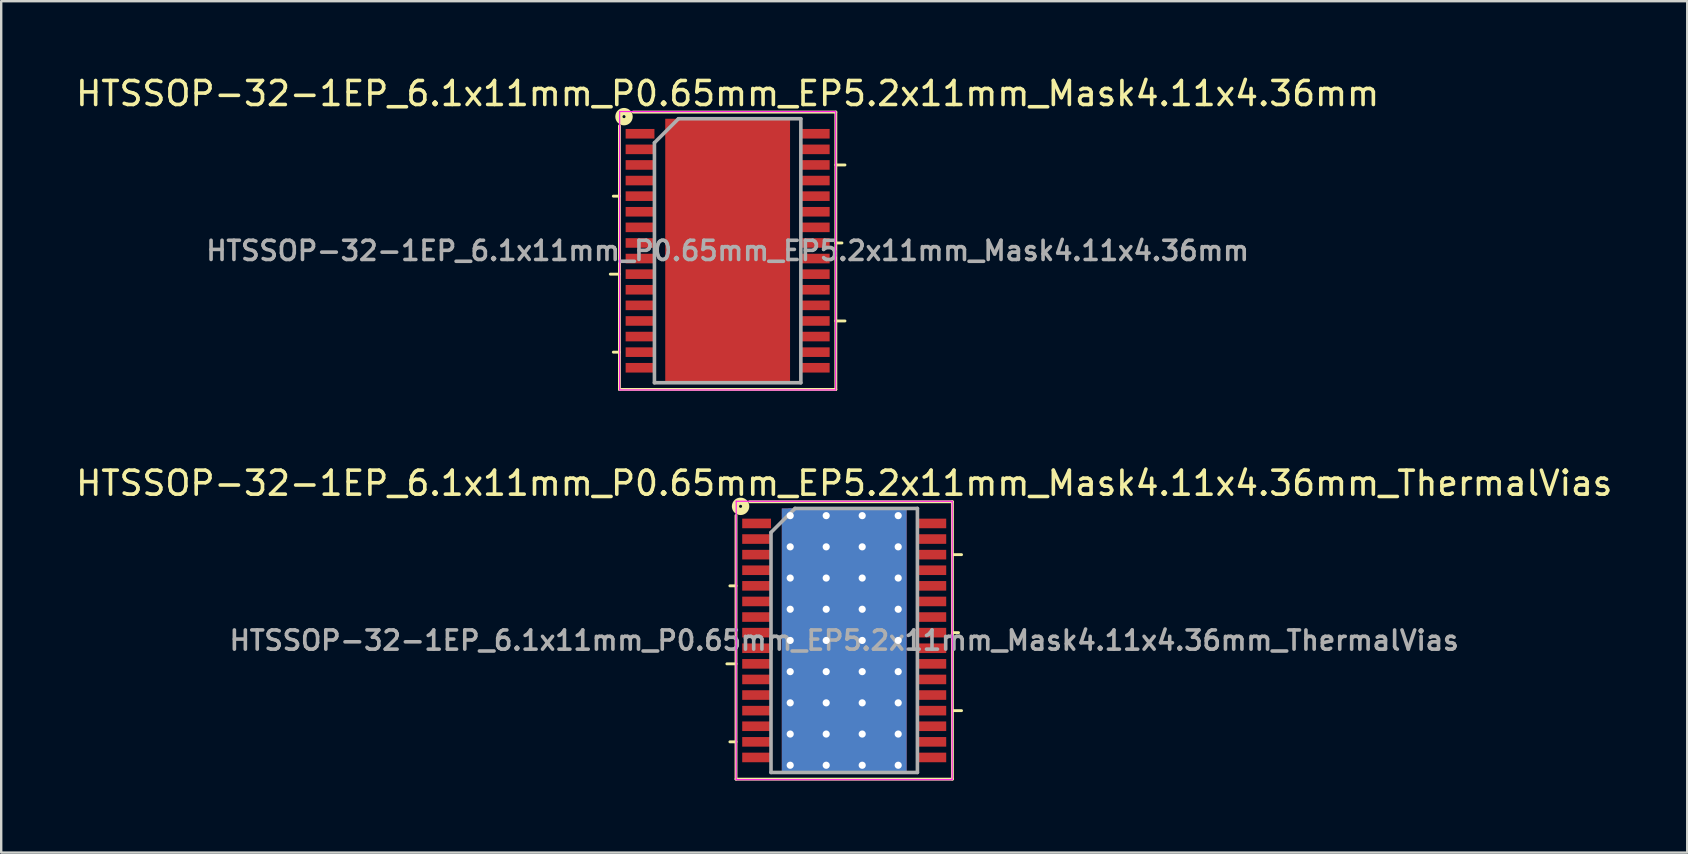
<source format=kicad_pcb>
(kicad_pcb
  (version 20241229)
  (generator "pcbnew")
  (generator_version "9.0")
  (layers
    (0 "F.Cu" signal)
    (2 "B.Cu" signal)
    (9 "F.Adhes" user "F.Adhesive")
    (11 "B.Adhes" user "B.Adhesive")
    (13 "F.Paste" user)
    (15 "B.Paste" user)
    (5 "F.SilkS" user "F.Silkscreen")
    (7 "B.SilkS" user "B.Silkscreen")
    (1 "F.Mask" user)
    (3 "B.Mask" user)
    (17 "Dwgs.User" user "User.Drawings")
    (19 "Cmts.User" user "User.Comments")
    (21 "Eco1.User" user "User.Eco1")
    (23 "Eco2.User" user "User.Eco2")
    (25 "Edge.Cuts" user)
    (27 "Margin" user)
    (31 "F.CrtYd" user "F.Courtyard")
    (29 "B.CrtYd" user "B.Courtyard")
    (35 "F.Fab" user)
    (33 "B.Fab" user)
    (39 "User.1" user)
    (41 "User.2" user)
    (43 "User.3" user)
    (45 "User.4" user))
  (footprint "HTSSOP-32-1EP_6.1x11mm_P0.65mm_EP5.2x11mm_Mask4.11x4.36mm_ThermalVias"
    (layer "F.Cu")
    (at 32.125 23.635)
    (property "Reference" "HTSSOP-32-1EP_6.1x11mm_P0.65mm_EP5.2x11mm_Mask4.11x4.36mm_ThermalVias" (at 0 -6.55 0) (layer "F.SilkS") (effects (font (size 1 1) (thickness 0.15))))
    (attr smd)
    (fp_line (start -4.508 -2.275) (end -4.763 -2.275) (stroke (width 0.12) (type solid)) (layer "F.SilkS"))
    (fp_line (start -4.508 0.975) (end -4.889 0.975) (stroke (width 0.12) (type solid)) (layer "F.SilkS"))
    (fp_line (start -4.508 4.225) (end -4.763 4.225) (stroke (width 0.12) (type solid)) (layer "F.SilkS"))
    (fp_line (start -4.508 5.779) (end -4.508 -5.207) (stroke (width 0.12) (type solid)) (layer "F.SilkS"))
    (fp_line (start -3.937 -5.779) (end 4.508 -5.779) (stroke (width 0.12) (type solid)) (layer "F.SilkS"))
    (fp_line (start 4.508 -5.779) (end 4.508 5.779) (stroke (width 0.12) (type solid)) (layer "F.SilkS"))
    (fp_line (start 4.508 -3.575) (end 4.889 -3.575) (stroke (width 0.12) (type solid)) (layer "F.SilkS"))
    (fp_line (start 4.508 -0.325) (end 4.763 -0.325) (stroke (width 0.12) (type solid)) (layer "F.SilkS"))
    (fp_line (start 4.508 2.925) (end 4.889 2.925) (stroke (width 0.12) (type solid)) (layer "F.SilkS"))
    (fp_line (start 4.508 5.779) (end -4.508 5.779) (stroke (width 0.12) (type solid)) (layer "F.SilkS"))
    (fp_circle (center -4.318 -5.588) (end -4.255 -5.588) (stroke (width 0.3) (type solid)) (fill no) (layer "F.SilkS"))
    (fp_line (start -4.5 -5.8) (end -4.5 5.8) (stroke (width 0.05) (type solid)) (layer "F.CrtYd"))
    (fp_line (start -4.5 5.8) (end 4.5 5.8) (stroke (width 0.05) (type solid)) (layer "F.CrtYd"))
    (fp_line (start 4.5 -5.8) (end -4.5 -5.8) (stroke (width 0.05) (type solid)) (layer "F.CrtYd"))
    (fp_line (start 4.5 5.8) (end 4.5 -5.8) (stroke (width 0.05) (type solid)) (layer "F.CrtYd"))
    (fp_line (start -3.05 -4.5) (end -2.05 -5.5) (stroke (width 0.15) (type solid)) (layer "F.Fab"))
    (fp_line (start -3.05 5.5) (end -3.05 -4.5) (stroke (width 0.15) (type solid)) (layer "F.Fab"))
    (fp_line (start -2.05 -5.5) (end 3.05 -5.5) (stroke (width 0.15) (type solid)) (layer "F.Fab"))
    (fp_line (start 3.05 -5.5) (end 3.05 5.5) (stroke (width 0.15) (type solid)) (layer "F.Fab"))
    (fp_line (start 3.05 5.5) (end -3.05 5.5) (stroke (width 0.15) (type solid)) (layer "F.Fab"))
    (fp_text user "${REFERENCE}" (at 0 0 0) (layer "F.Fab") (effects (font (size 0.8 0.8) (thickness 0.15))))
    (pad "" smd rect (at -1.365 -1.725) (size 0.93 0.55) (layers "F.Paste"))
    (pad "" smd rect (at -1.365 -0.65) (size 0.93 1) (layers "F.Paste"))
    (pad "" smd rect (at -1.365 0.65) (size 0.93 1) (layers "F.Paste"))
    (pad "" smd rect (at -1.365 1.725) (size 0.93 0.55) (layers "F.Paste"))
    (pad "" smd rect (at 0 -1.725) (size 1.2 0.55) (layers "F.Paste"))
    (pad "" smd rect (at 0 -0.65) (size 1.2 1) (layers "F.Paste"))
    (pad "" smd rect (at 0 0) (size 4.11 4.36) (layers "F.Mask"))
    (pad "" smd rect (at 0 0.65) (size 1.2 1) (layers "F.Paste"))
    (pad "" smd rect (at 0 1.725) (size 1.2 0.55) (layers "F.Paste"))
    (pad "" smd rect (at 1.365 -1.725) (size 0.93 0.55) (layers "F.Paste"))
    (pad "" smd rect (at 1.365 -0.65) (size 0.93 1) (layers "F.Paste"))
    (pad "" smd rect (at 1.365 0.65) (size 0.93 1) (layers "F.Paste"))
    (pad "" smd rect (at 1.365 1.725) (size 0.93 0.55) (layers "F.Paste"))
    (pad "1" smd rect (at -3.65 -4.875) (size 1.2 0.4) (layers "F.Cu" "F.Mask" "F.Paste"))
    (pad "2" smd rect (at -3.65 -4.225) (size 1.2 0.4) (layers "F.Cu" "F.Mask" "F.Paste"))
    (pad "3" smd rect (at -3.65 -3.575) (size 1.2 0.4) (layers "F.Cu" "F.Mask" "F.Paste"))
    (pad "4" smd rect (at -3.65 -2.925) (size 1.2 0.4) (layers "F.Cu" "F.Mask" "F.Paste"))
    (pad "5" smd rect (at -3.65 -2.275) (size 1.2 0.4) (layers "F.Cu" "F.Mask" "F.Paste"))
    (pad "6" smd rect (at -3.65 -1.625) (size 1.2 0.4) (layers "F.Cu" "F.Mask" "F.Paste"))
    (pad "7" smd rect (at -3.65 -0.975) (size 1.2 0.4) (layers "F.Cu" "F.Mask" "F.Paste"))
    (pad "8" smd rect (at -3.65 -0.325) (size 1.2 0.4) (layers "F.Cu" "F.Mask" "F.Paste"))
    (pad "9" smd rect (at -3.65 0.325) (size 1.2 0.4) (layers "F.Cu" "F.Mask" "F.Paste"))
    (pad "10" smd rect (at -3.65 0.975) (size 1.2 0.4) (layers "F.Cu" "F.Mask" "F.Paste"))
    (pad "11" smd rect (at -3.65 1.625) (size 1.2 0.4) (layers "F.Cu" "F.Mask" "F.Paste"))
    (pad "12" smd rect (at -3.65 2.275) (size 1.2 0.4) (layers "F.Cu" "F.Mask" "F.Paste"))
    (pad "13" smd rect (at -3.65 2.925) (size 1.2 0.4) (layers "F.Cu" "F.Mask" "F.Paste"))
    (pad "14" smd rect (at -3.65 3.575) (size 1.2 0.4) (layers "F.Cu" "F.Mask" "F.Paste"))
    (pad "15" smd rect (at -3.65 4.225) (size 1.2 0.4) (layers "F.Cu" "F.Mask" "F.Paste"))
    (pad "16" smd rect (at -3.65 4.875) (size 1.2 0.4) (layers "F.Cu" "F.Mask" "F.Paste"))
    (pad "17" smd rect (at 3.65 4.875) (size 1.2 0.4) (layers "F.Cu" "F.Mask" "F.Paste"))
    (pad "18" smd rect (at 3.65 4.225) (size 1.2 0.4) (layers "F.Cu" "F.Mask" "F.Paste"))
    (pad "19" smd rect (at 3.65 3.575) (size 1.2 0.4) (layers "F.Cu" "F.Mask" "F.Paste"))
    (pad "20" smd rect (at 3.65 2.925) (size 1.2 0.4) (layers "F.Cu" "F.Mask" "F.Paste"))
    (pad "21" smd rect (at 3.65 2.275) (size 1.2 0.4) (layers "F.Cu" "F.Mask" "F.Paste"))
    (pad "22" smd rect (at 3.65 1.625) (size 1.2 0.4) (layers "F.Cu" "F.Mask" "F.Paste"))
    (pad "23" smd rect (at 3.65 0.975) (size 1.2 0.4) (layers "F.Cu" "F.Mask" "F.Paste"))
    (pad "24" smd rect (at 3.65 0.325) (size 1.2 0.4) (layers "F.Cu" "F.Mask" "F.Paste"))
    (pad "25" smd rect (at 3.65 -0.325) (size 1.2 0.4) (layers "F.Cu" "F.Mask" "F.Paste"))
    (pad "26" smd rect (at 3.65 -0.975) (size 1.2 0.4) (layers "F.Cu" "F.Mask" "F.Paste"))
    (pad "27" smd rect (at 3.65 -1.625) (size 1.2 0.4) (layers "F.Cu" "F.Mask" "F.Paste"))
    (pad "28" smd rect (at 3.65 -2.275) (size 1.2 0.4) (layers "F.Cu" "F.Mask" "F.Paste"))
    (pad "29" smd rect (at 3.65 -2.925) (size 1.2 0.4) (layers "F.Cu" "F.Mask" "F.Paste"))
    (pad "30" smd rect (at 3.65 -3.575) (size 1.2 0.4) (layers "F.Cu" "F.Mask" "F.Paste"))
    (pad "31" smd rect (at 3.65 -4.225) (size 1.2 0.4) (layers "F.Cu" "F.Mask" "F.Paste"))
    (pad "32" smd rect (at 3.65 -4.875) (size 1.2 0.4) (layers "F.Cu" "F.Mask" "F.Paste"))
    (pad "33" thru_hole circle (at -2.25 -5.2) (size 0.6 0.6) (drill 0.3) (layers "*.Cu"))
    (pad "33" thru_hole circle (at -2.25 -3.9) (size 0.6 0.6) (drill 0.3) (layers "*.Cu"))
    (pad "33" thru_hole circle (at -2.25 -2.6) (size 0.6 0.6) (drill 0.3) (layers "*.Cu"))
    (pad "33" thru_hole circle (at -2.25 -1.3) (size 0.6 0.6) (drill 0.3) (layers "*.Cu"))
    (pad "33" thru_hole circle (at -2.25 0) (size 0.6 0.6) (drill 0.3) (layers "*.Cu"))
    (pad "33" thru_hole circle (at -2.25 1.3) (size 0.6 0.6) (drill 0.3) (layers "*.Cu"))
    (pad "33" thru_hole circle (at -2.25 2.6) (size 0.6 0.6) (drill 0.3) (layers "*.Cu"))
    (pad "33" thru_hole circle (at -2.25 3.9) (size 0.6 0.6) (drill 0.3) (layers "*.Cu"))
    (pad "33" thru_hole circle (at -2.25 5.2) (size 0.6 0.6) (drill 0.3) (layers "*.Cu"))
    (pad "33" thru_hole circle (at -0.75 -5.2) (size 0.6 0.6) (drill 0.3) (layers "*.Cu"))
    (pad "33" thru_hole circle (at -0.75 -3.9) (size 0.6 0.6) (drill 0.3) (layers "*.Cu"))
    (pad "33" thru_hole circle (at -0.75 -2.6) (size 0.6 0.6) (drill 0.3) (layers "*.Cu"))
    (pad "33" thru_hole circle (at -0.75 -1.3) (size 0.6 0.6) (drill 0.3) (layers "*.Cu"))
    (pad "33" thru_hole circle (at -0.75 0) (size 0.6 0.6) (drill 0.3) (layers "*.Cu"))
    (pad "33" thru_hole circle (at -0.75 1.3) (size 0.6 0.6) (drill 0.3) (layers "*.Cu"))
    (pad "33" thru_hole circle (at -0.75 2.6) (size 0.6 0.6) (drill 0.3) (layers "*.Cu"))
    (pad "33" thru_hole circle (at -0.75 3.9) (size 0.6 0.6) (drill 0.3) (layers "*.Cu"))
    (pad "33" thru_hole circle (at -0.75 5.2) (size 0.6 0.6) (drill 0.3) (layers "*.Cu"))
    (pad "33" smd rect (at 0 0) (size 5.2 11) (layers "F.Cu"))
    (pad "33" smd rect (at 0 0) (size 5.2 11) (layers "B.Cu" "B.Mask"))
    (pad "33" thru_hole circle (at 0.75 -5.2) (size 0.6 0.6) (drill 0.3) (layers "*.Cu"))
    (pad "33" thru_hole circle (at 0.75 -3.9) (size 0.6 0.6) (drill 0.3) (layers "*.Cu"))
    (pad "33" thru_hole circle (at 0.75 -2.6) (size 0.6 0.6) (drill 0.3) (layers "*.Cu"))
    (pad "33" thru_hole circle (at 0.75 -1.3) (size 0.6 0.6) (drill 0.3) (layers "*.Cu"))
    (pad "33" thru_hole circle (at 0.75 0) (size 0.6 0.6) (drill 0.3) (layers "*.Cu"))
    (pad "33" thru_hole circle (at 0.75 1.3) (size 0.6 0.6) (drill 0.3) (layers "*.Cu"))
    (pad "33" thru_hole circle (at 0.75 2.6) (size 0.6 0.6) (drill 0.3) (layers "*.Cu"))
    (pad "33" thru_hole circle (at 0.75 3.9) (size 0.6 0.6) (drill 0.3) (layers "*.Cu"))
    (pad "33" thru_hole circle (at 0.75 5.2) (size 0.6 0.6) (drill 0.3) (layers "*.Cu"))
    (pad "33" thru_hole circle (at 2.25 -5.2) (size 0.6 0.6) (drill 0.3) (layers "*.Cu"))
    (pad "33" thru_hole circle (at 2.25 -3.9) (size 0.6 0.6) (drill 0.3) (layers "*.Cu"))
    (pad "33" thru_hole circle (at 2.25 -2.6) (size 0.6 0.6) (drill 0.3) (layers "*.Cu"))
    (pad "33" thru_hole circle (at 2.25 -1.3) (size 0.6 0.6) (drill 0.3) (layers "*.Cu"))
    (pad "33" thru_hole circle (at 2.25 0) (size 0.6 0.6) (drill 0.3) (layers "*.Cu"))
    (pad "33" thru_hole circle (at 2.25 1.3) (size 0.6 0.6) (drill 0.3) (layers "*.Cu"))
    (pad "33" thru_hole circle (at 2.25 2.6) (size 0.6 0.6) (drill 0.3) (layers "*.Cu"))
    (pad "33" thru_hole circle (at 2.25 3.9) (size 0.6 0.6) (drill 0.3) (layers "*.Cu"))
    (pad "33" thru_hole circle (at 2.25 5.2) (size 0.6 0.6) (drill 0.3) (layers "*.Cu")))
  (footprint "HTSSOP-32-1EP_6.1x11mm_P0.65mm_EP5.2x11mm_Mask4.11x4.36mm"
    (layer "F.Cu")
    (at 27.268 7.398)
    (property "Reference" "HTSSOP-32-1EP_6.1x11mm_P0.65mm_EP5.2x11mm_Mask4.11x4.36mm" (at 0 -6.55 0) (layer "F.SilkS") (effects (font (size 1 1) (thickness 0.15))))
    (attr smd)
    (fp_line (start -4.508 -2.275) (end -4.763 -2.275) (stroke (width 0.12) (type solid)) (layer "F.SilkS"))
    (fp_line (start -4.508 0.975) (end -4.889 0.975) (stroke (width 0.12) (type solid)) (layer "F.SilkS"))
    (fp_line (start -4.508 4.225) (end -4.763 4.225) (stroke (width 0.12) (type solid)) (layer "F.SilkS"))
    (fp_line (start -4.508 5.779) (end -4.508 -5.207) (stroke (width 0.12) (type solid)) (layer "F.SilkS"))
    (fp_line (start -3.937 -5.779) (end 4.508 -5.779) (stroke (width 0.12) (type solid)) (layer "F.SilkS"))
    (fp_line (start 4.508 -5.779) (end 4.508 5.779) (stroke (width 0.12) (type solid)) (layer "F.SilkS"))
    (fp_line (start 4.508 -3.575) (end 4.889 -3.575) (stroke (width 0.12) (type solid)) (layer "F.SilkS"))
    (fp_line (start 4.508 -0.325) (end 4.763 -0.325) (stroke (width 0.12) (type solid)) (layer "F.SilkS"))
    (fp_line (start 4.508 2.925) (end 4.889 2.925) (stroke (width 0.12) (type solid)) (layer "F.SilkS"))
    (fp_line (start 4.508 5.779) (end -4.508 5.779) (stroke (width 0.12) (type solid)) (layer "F.SilkS"))
    (fp_circle (center -4.318 -5.588) (end -4.255 -5.588) (stroke (width 0.3) (type solid)) (fill no) (layer "F.SilkS"))
    (fp_line (start -4.5 -5.8) (end -4.5 5.8) (stroke (width 0.05) (type solid)) (layer "F.CrtYd"))
    (fp_line (start -4.5 5.8) (end 4.5 5.8) (stroke (width 0.05) (type solid)) (layer "F.CrtYd"))
    (fp_line (start 4.5 -5.8) (end -4.5 -5.8) (stroke (width 0.05) (type solid)) (layer "F.CrtYd"))
    (fp_line (start 4.5 5.8) (end 4.5 -5.8) (stroke (width 0.05) (type solid)) (layer "F.CrtYd"))
    (fp_line (start -3.05 -4.5) (end -2.05 -5.5) (stroke (width 0.15) (type solid)) (layer "F.Fab"))
    (fp_line (start -3.05 5.5) (end -3.05 -4.5) (stroke (width 0.15) (type solid)) (layer "F.Fab"))
    (fp_line (start -2.05 -5.5) (end 3.05 -5.5) (stroke (width 0.15) (type solid)) (layer "F.Fab"))
    (fp_line (start 3.05 -5.5) (end 3.05 5.5) (stroke (width 0.15) (type solid)) (layer "F.Fab"))
    (fp_line (start 3.05 5.5) (end -3.05 5.5) (stroke (width 0.15) (type solid)) (layer "F.Fab"))
    (fp_text user "${REFERENCE}" (at 0 0 0) (layer "F.Fab") (effects (font (size 0.8 0.8) (thickness 0.15))))
    (pad "" smd rect (at -1.37 -1.46) (size 1.07 1.16) (layers "F.Paste"))
    (pad "" smd rect (at -1.37 0) (size 1.07 1.16) (layers "F.Paste"))
    (pad "" smd rect (at -1.37 1.46) (size 1.07 1.16) (layers "F.Paste"))
    (pad "" smd rect (at 0 -1.46) (size 1.07 1.16) (layers "F.Paste"))
    (pad "" smd rect (at 0 0) (size 1.07 1.16) (layers "F.Paste"))
    (pad "" smd rect (at 0 0) (size 4.11 4.36) (layers "F.Mask"))
    (pad "" smd rect (at 0 1.46) (size 1.07 1.16) (layers "F.Paste"))
    (pad "" smd rect (at 1.37 -1.46) (size 1.07 1.16) (layers "F.Paste"))
    (pad "" smd rect (at 1.37 0) (size 1.07 1.16) (layers "F.Paste"))
    (pad "" smd rect (at 1.37 1.46) (size 1.07 1.16) (layers "F.Paste"))
    (pad "1" smd rect (at -3.65 -4.875) (size 1.2 0.4) (layers "F.Cu" "F.Mask" "F.Paste"))
    (pad "2" smd rect (at -3.65 -4.225) (size 1.2 0.4) (layers "F.Cu" "F.Mask" "F.Paste"))
    (pad "3" smd rect (at -3.65 -3.575) (size 1.2 0.4) (layers "F.Cu" "F.Mask" "F.Paste"))
    (pad "4" smd rect (at -3.65 -2.925) (size 1.2 0.4) (layers "F.Cu" "F.Mask" "F.Paste"))
    (pad "5" smd rect (at -3.65 -2.275) (size 1.2 0.4) (layers "F.Cu" "F.Mask" "F.Paste"))
    (pad "6" smd rect (at -3.65 -1.625) (size 1.2 0.4) (layers "F.Cu" "F.Mask" "F.Paste"))
    (pad "7" smd rect (at -3.65 -0.975) (size 1.2 0.4) (layers "F.Cu" "F.Mask" "F.Paste"))
    (pad "8" smd rect (at -3.65 -0.325) (size 1.2 0.4) (layers "F.Cu" "F.Mask" "F.Paste"))
    (pad "9" smd rect (at -3.65 0.325) (size 1.2 0.4) (layers "F.Cu" "F.Mask" "F.Paste"))
    (pad "10" smd rect (at -3.65 0.975) (size 1.2 0.4) (layers "F.Cu" "F.Mask" "F.Paste"))
    (pad "11" smd rect (at -3.65 1.625) (size 1.2 0.4) (layers "F.Cu" "F.Mask" "F.Paste"))
    (pad "12" smd rect (at -3.65 2.275) (size 1.2 0.4) (layers "F.Cu" "F.Mask" "F.Paste"))
    (pad "13" smd rect (at -3.65 2.925) (size 1.2 0.4) (layers "F.Cu" "F.Mask" "F.Paste"))
    (pad "14" smd rect (at -3.65 3.575) (size 1.2 0.4) (layers "F.Cu" "F.Mask" "F.Paste"))
    (pad "15" smd rect (at -3.65 4.225) (size 1.2 0.4) (layers "F.Cu" "F.Mask" "F.Paste"))
    (pad "16" smd rect (at -3.65 4.875) (size 1.2 0.4) (layers "F.Cu" "F.Mask" "F.Paste"))
    (pad "17" smd rect (at 3.65 4.875) (size 1.2 0.4) (layers "F.Cu" "F.Mask" "F.Paste"))
    (pad "18" smd rect (at 3.65 4.225) (size 1.2 0.4) (layers "F.Cu" "F.Mask" "F.Paste"))
    (pad "19" smd rect (at 3.65 3.575) (size 1.2 0.4) (layers "F.Cu" "F.Mask" "F.Paste"))
    (pad "20" smd rect (at 3.65 2.925) (size 1.2 0.4) (layers "F.Cu" "F.Mask" "F.Paste"))
    (pad "21" smd rect (at 3.65 2.275) (size 1.2 0.4) (layers "F.Cu" "F.Mask" "F.Paste"))
    (pad "22" smd rect (at 3.65 1.625) (size 1.2 0.4) (layers "F.Cu" "F.Mask" "F.Paste"))
    (pad "23" smd rect (at 3.65 0.975) (size 1.2 0.4) (layers "F.Cu" "F.Mask" "F.Paste"))
    (pad "24" smd rect (at 3.65 0.325) (size 1.2 0.4) (layers "F.Cu" "F.Mask" "F.Paste"))
    (pad "25" smd rect (at 3.65 -0.325) (size 1.2 0.4) (layers "F.Cu" "F.Mask" "F.Paste"))
    (pad "26" smd rect (at 3.65 -0.975) (size 1.2 0.4) (layers "F.Cu" "F.Mask" "F.Paste"))
    (pad "27" smd rect (at 3.65 -1.625) (size 1.2 0.4) (layers "F.Cu" "F.Mask" "F.Paste"))
    (pad "28" smd rect (at 3.65 -2.275) (size 1.2 0.4) (layers "F.Cu" "F.Mask" "F.Paste"))
    (pad "29" smd rect (at 3.65 -2.925) (size 1.2 0.4) (layers "F.Cu" "F.Mask" "F.Paste"))
    (pad "30" smd rect (at 3.65 -3.575) (size 1.2 0.4) (layers "F.Cu" "F.Mask" "F.Paste"))
    (pad "31" smd rect (at 3.65 -4.225) (size 1.2 0.4) (layers "F.Cu" "F.Mask" "F.Paste"))
    (pad "32" smd rect (at 3.65 -4.875) (size 1.2 0.4) (layers "F.Cu" "F.Mask" "F.Paste"))
    (pad "33" smd rect (at 0 0) (size 5.2 11) (layers "F.Cu")))
  (gr_rect
    (start -3 -3)
    (end 67.25 32.474)
    (stroke (width 0.1) (type default))
    (fill no)
    (layer "Edge.Cuts")))
</source>
